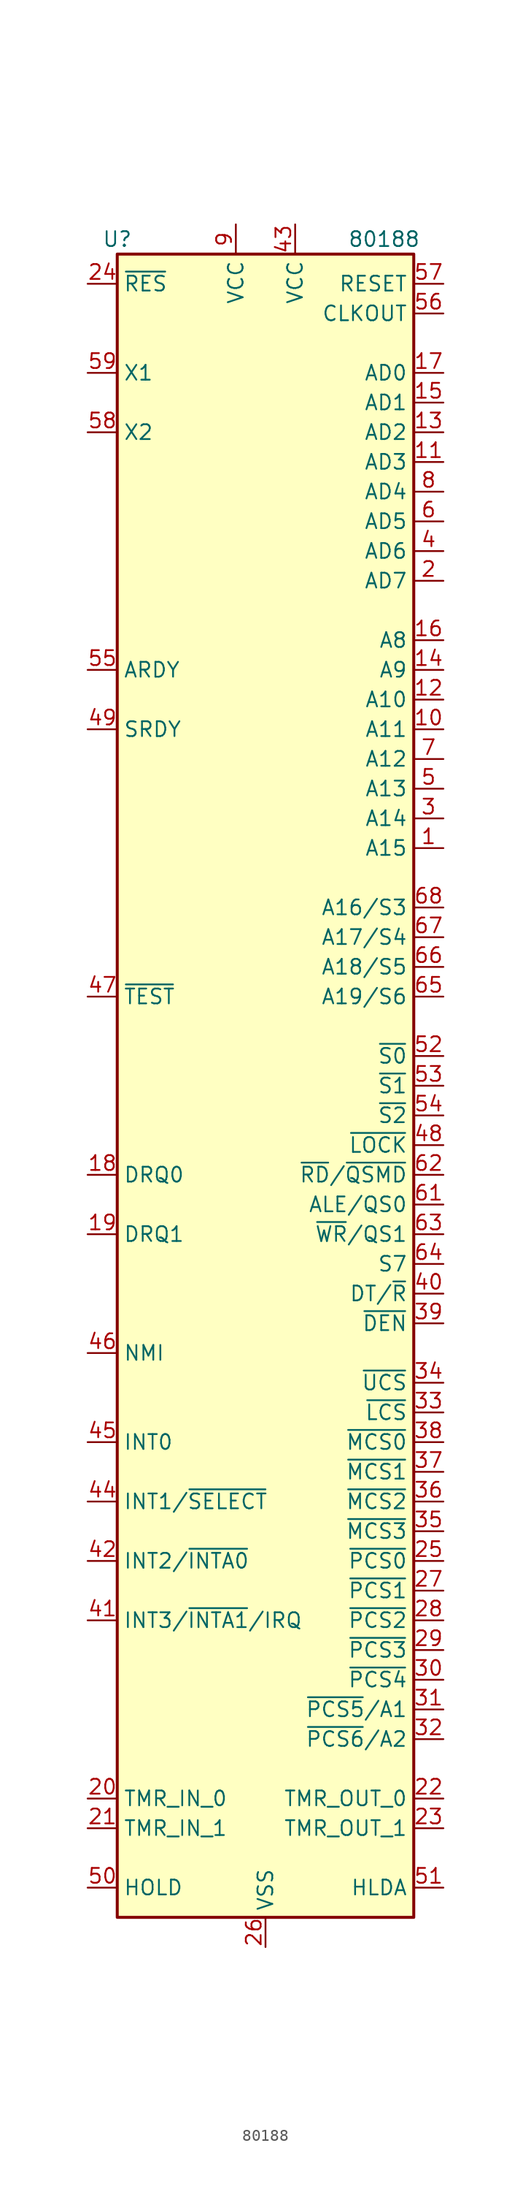
<source format=kicad_sym>
(kicad_symbol_lib
  (version 20231120)
  (generator "kicad_symbol_editor")
  (generator_version "8.0")
  (symbol "80188"
    (property "Reference" "U"
      (at -12.7 72.39 0)
      (effects (font (size 1.27 1.27))))
    (property "Value" "80188"
      (at 10.16 72.39 0)
      (effects (font (size 1.27 1.27))))
    (symbol "80188_0_1"
      (rectangle (start 12.7 -71.12) (end -12.7 71.12) (stroke (width 0.254) (type default)) (fill (type background))))
    (symbol "80188_1_1"
      (pin output line (at 15.24 20.32 180) (length 2.54) (name "A15" (effects (font (size 1.27 1.27)))) (number "1" (effects (font (size 1.27 1.27)))))
      (pin output line (at 15.24 30.48 180) (length 2.54) (name "A11" (effects (font (size 1.27 1.27)))) (number "10" (effects (font (size 1.27 1.27)))))
      (pin bidirectional line (at 15.24 53.34 180) (length 2.54) (name "AD3" (effects (font (size 1.27 1.27)))) (number "11" (effects (font (size 1.27 1.27)))))
      (pin output line (at 15.24 33.02 180) (length 2.54) (name "A10" (effects (font (size 1.27 1.27)))) (number "12" (effects (font (size 1.27 1.27)))))
      (pin bidirectional line (at 15.24 55.88 180) (length 2.54) (name "AD2" (effects (font (size 1.27 1.27)))) (number "13" (effects (font (size 1.27 1.27)))))
      (pin output line (at 15.24 35.56 180) (length 2.54) (name "A9" (effects (font (size 1.27 1.27)))) (number "14" (effects (font (size 1.27 1.27)))))
      (pin bidirectional line (at 15.24 58.42 180) (length 2.54) (name "AD1" (effects (font (size 1.27 1.27)))) (number "15" (effects (font (size 1.27 1.27)))))
      (pin output line (at 15.24 38.1 180) (length 2.54) (name "A8" (effects (font (size 1.27 1.27)))) (number "16" (effects (font (size 1.27 1.27)))))
      (pin bidirectional line (at 15.24 60.96 180) (length 2.54) (name "AD0" (effects (font (size 1.27 1.27)))) (number "17" (effects (font (size 1.27 1.27)))))
      (pin input line (at -15.24 -7.62 0) (length 2.54) (name "DRQ0" (effects (font (size 1.27 1.27)))) (number "18" (effects (font (size 1.27 1.27)))))
      (pin input line (at -15.24 -12.7 0) (length 2.54) (name "DRQ1" (effects (font (size 1.27 1.27)))) (number "19" (effects (font (size 1.27 1.27)))))
      (pin bidirectional line (at 15.24 43.18 180) (length 2.54) (name "AD7" (effects (font (size 1.27 1.27)))) (number "2" (effects (font (size 1.27 1.27)))))
      (pin input line (at -15.24 -60.96 0) (length 2.54) (name "TMR_IN_0" (effects (font (size 1.27 1.27)))) (number "20" (effects (font (size 1.27 1.27)))))
      (pin input line (at -15.24 -63.5 0) (length 2.54) (name "TMR_IN_1" (effects (font (size 1.27 1.27)))) (number "21" (effects (font (size 1.27 1.27)))))
      (pin output line (at 15.24 -60.96 180) (length 2.54) (name "TMR_OUT_0" (effects (font (size 1.27 1.27)))) (number "22" (effects (font (size 1.27 1.27)))))
      (pin output line (at 15.24 -63.5 180) (length 2.54) (name "TMR_OUT_1" (effects (font (size 1.27 1.27)))) (number "23" (effects (font (size 1.27 1.27)))))
      (pin input line (at -15.24 68.58 0) (length 2.54) (name "~{RES}" (effects (font (size 1.27 1.27)))) (number "24" (effects (font (size 1.27 1.27)))))
      (pin output line (at 15.24 -40.64 180) (length 2.54) (name "~{PCS0}" (effects (font (size 1.27 1.27)))) (number "25" (effects (font (size 1.27 1.27)))))
      (pin power_in line (at 0 -73.66 90) (length 2.54) (name "VSS" (effects (font (size 1.27 1.27)))) (number "26" (effects (font (size 1.27 1.27)))))
      (pin output line (at 15.24 -43.18 180) (length 2.54) (name "~{PCS1}" (effects (font (size 1.27 1.27)))) (number "27" (effects (font (size 1.27 1.27)))))
      (pin output line (at 15.24 -45.72 180) (length 2.54) (name "~{PCS2}" (effects (font (size 1.27 1.27)))) (number "28" (effects (font (size 1.27 1.27)))))
      (pin output line (at 15.24 -48.26 180) (length 2.54) (name "~{PCS3}" (effects (font (size 1.27 1.27)))) (number "29" (effects (font (size 1.27 1.27)))))
      (pin output line (at 15.24 22.86 180) (length 2.54) (name "A14" (effects (font (size 1.27 1.27)))) (number "3" (effects (font (size 1.27 1.27)))))
      (pin output line (at 15.24 -50.8 180) (length 2.54) (name "~{PCS4}" (effects (font (size 1.27 1.27)))) (number "30" (effects (font (size 1.27 1.27)))))
      (pin output line (at 15.24 -53.34 180) (length 2.54) (name "~{PCS5}/A1" (effects (font (size 1.27 1.27)))) (number "31" (effects (font (size 1.27 1.27)))))
      (pin output line (at 15.24 -55.88 180) (length 2.54) (name "~{PCS6}/A2" (effects (font (size 1.27 1.27)))) (number "32" (effects (font (size 1.27 1.27)))))
      (pin output line (at 15.24 -27.94 180) (length 2.54) (name "~{LCS}" (effects (font (size 1.27 1.27)))) (number "33" (effects (font (size 1.27 1.27)))))
      (pin output line (at 15.24 -25.4 180) (length 2.54) (name "~{UCS}" (effects (font (size 1.27 1.27)))) (number "34" (effects (font (size 1.27 1.27)))))
      (pin output line (at 15.24 -38.1 180) (length 2.54) (name "~{MCS3}" (effects (font (size 1.27 1.27)))) (number "35" (effects (font (size 1.27 1.27)))))
      (pin output line (at 15.24 -35.56 180) (length 2.54) (name "~{MCS2}" (effects (font (size 1.27 1.27)))) (number "36" (effects (font (size 1.27 1.27)))))
      (pin output line (at 15.24 -33.02 180) (length 2.54) (name "~{MCS1}" (effects (font (size 1.27 1.27)))) (number "37" (effects (font (size 1.27 1.27)))))
      (pin output line (at 15.24 -30.48 180) (length 2.54) (name "~{MCS0}" (effects (font (size 1.27 1.27)))) (number "38" (effects (font (size 1.27 1.27)))))
      (pin output line (at 15.24 -20.32 180) (length 2.54) (name "~{DEN}" (effects (font (size 1.27 1.27)))) (number "39" (effects (font (size 1.27 1.27)))))
      (pin bidirectional line (at 15.24 45.72 180) (length 2.54) (name "AD6" (effects (font (size 1.27 1.27)))) (number "4" (effects (font (size 1.27 1.27)))))
      (pin output line (at 15.24 -17.78 180) (length 2.54) (name "DT/~{R}" (effects (font (size 1.27 1.27)))) (number "40" (effects (font (size 1.27 1.27)))))
      (pin bidirectional line (at -15.24 -45.72 0) (length 2.54) (name "INT3/~{INTA1}/IRQ" (effects (font (size 1.27 1.27)))) (number "41" (effects (font (size 1.27 1.27)))))
      (pin bidirectional line (at -15.24 -40.64 0) (length 2.54) (name "INT2/~{INTA0}" (effects (font (size 1.27 1.27)))) (number "42" (effects (font (size 1.27 1.27)))))
      (pin power_in line (at 2.54 73.66 270) (length 2.54) (name "VCC" (effects (font (size 1.27 1.27)))) (number "43" (effects (font (size 1.27 1.27)))))
      (pin input line (at -15.24 -35.56 0) (length 2.54) (name "INT1/~{SELECT}" (effects (font (size 1.27 1.27)))) (number "44" (effects (font (size 1.27 1.27)))))
      (pin input line (at -15.24 -30.48 0) (length 2.54) (name "INT0" (effects (font (size 1.27 1.27)))) (number "45" (effects (font (size 1.27 1.27)))))
      (pin input line (at -15.24 -22.86 0) (length 2.54) (name "NMI" (effects (font (size 1.27 1.27)))) (number "46" (effects (font (size 1.27 1.27)))))
      (pin bidirectional line (at -15.24 7.62 0) (length 2.54) (name "~{TEST}" (effects (font (size 1.27 1.27)))) (number "47" (effects (font (size 1.27 1.27)))))
      (pin output line (at 15.24 -5.08 180) (length 2.54) (name "~{LOCK}" (effects (font (size 1.27 1.27)))) (number "48" (effects (font (size 1.27 1.27)))))
      (pin input line (at -15.24 30.48 0) (length 2.54) (name "SRDY" (effects (font (size 1.27 1.27)))) (number "49" (effects (font (size 1.27 1.27)))))
      (pin output line (at 15.24 25.4 180) (length 2.54) (name "A13" (effects (font (size 1.27 1.27)))) (number "5" (effects (font (size 1.27 1.27)))))
      (pin input line (at -15.24 -68.58 0) (length 2.54) (name "HOLD" (effects (font (size 1.27 1.27)))) (number "50" (effects (font (size 1.27 1.27)))))
      (pin output line (at 15.24 -68.58 180) (length 2.54) (name "HLDA" (effects (font (size 1.27 1.27)))) (number "51" (effects (font (size 1.27 1.27)))))
      (pin output line (at 15.24 2.54 180) (length 2.54) (name "~{S0}" (effects (font (size 1.27 1.27)))) (number "52" (effects (font (size 1.27 1.27)))))
      (pin output line (at 15.24 0 180) (length 2.54) (name "~{S1}" (effects (font (size 1.27 1.27)))) (number "53" (effects (font (size 1.27 1.27)))))
      (pin output line (at 15.24 -2.54 180) (length 2.54) (name "~{S2}" (effects (font (size 1.27 1.27)))) (number "54" (effects (font (size 1.27 1.27)))))
      (pin input line (at -15.24 35.56 0) (length 2.54) (name "ARDY" (effects (font (size 1.27 1.27)))) (number "55" (effects (font (size 1.27 1.27)))))
      (pin output line (at 15.24 66.04 180) (length 2.54) (name "CLKOUT" (effects (font (size 1.27 1.27)))) (number "56" (effects (font (size 1.27 1.27)))))
      (pin output line (at 15.24 68.58 180) (length 2.54) (name "RESET" (effects (font (size 1.27 1.27)))) (number "57" (effects (font (size 1.27 1.27)))))
      (pin output line (at -15.24 55.88 0) (length 2.54) (name "X2" (effects (font (size 1.27 1.27)))) (number "58" (effects (font (size 1.27 1.27)))))
      (pin input line (at -15.24 60.96 0) (length 2.54) (name "X1" (effects (font (size 1.27 1.27)))) (number "59" (effects (font (size 1.27 1.27)))))
      (pin bidirectional line (at 15.24 48.26 180) (length 2.54) (name "AD5" (effects (font (size 1.27 1.27)))) (number "6" (effects (font (size 1.27 1.27)))))
      (pin passive line (at 0 -73.66 90) (length 2.54) hide (name "VSS" (effects (font (size 1.27 1.27)))) (number "60" (effects (font (size 1.27 1.27)))))
      (pin output line (at 15.24 -10.16 180) (length 2.54) (name "ALE/QS0" (effects (font (size 1.27 1.27)))) (number "61" (effects (font (size 1.27 1.27)))))
      (pin bidirectional line (at 15.24 -7.62 180) (length 2.54) (name "~{RD}/~{QSMD}" (effects (font (size 1.27 1.27)))) (number "62" (effects (font (size 1.27 1.27)))))
      (pin output line (at 15.24 -12.7 180) (length 2.54) (name "~{WR}/QS1" (effects (font (size 1.27 1.27)))) (number "63" (effects (font (size 1.27 1.27)))))
      (pin output line (at 15.24 -15.24 180) (length 2.54) (name "S7" (effects (font (size 1.27 1.27)))) (number "64" (effects (font (size 1.27 1.27)))))
      (pin output line (at 15.24 7.62 180) (length 2.54) (name "A19/S6" (effects (font (size 1.27 1.27)))) (number "65" (effects (font (size 1.27 1.27)))))
      (pin output line (at 15.24 10.16 180) (length 2.54) (name "A18/S5" (effects (font (size 1.27 1.27)))) (number "66" (effects (font (size 1.27 1.27)))))
      (pin output line (at 15.24 12.7 180) (length 2.54) (name "A17/S4" (effects (font (size 1.27 1.27)))) (number "67" (effects (font (size 1.27 1.27)))))
      (pin output line (at 15.24 15.24 180) (length 2.54) (name "A16/S3" (effects (font (size 1.27 1.27)))) (number "68" (effects (font (size 1.27 1.27)))))
      (pin output line (at 15.24 27.94 180) (length 2.54) (name "A12" (effects (font (size 1.27 1.27)))) (number "7" (effects (font (size 1.27 1.27)))))
      (pin bidirectional line (at 15.24 50.8 180) (length 2.54) (name "AD4" (effects (font (size 1.27 1.27)))) (number "8" (effects (font (size 1.27 1.27)))))
      (pin power_in line (at -2.54 73.66 270) (length 2.54) (name "VCC" (effects (font (size 1.27 1.27)))) (number "9" (effects (font (size 1.27 1.27))))))))
</source>
